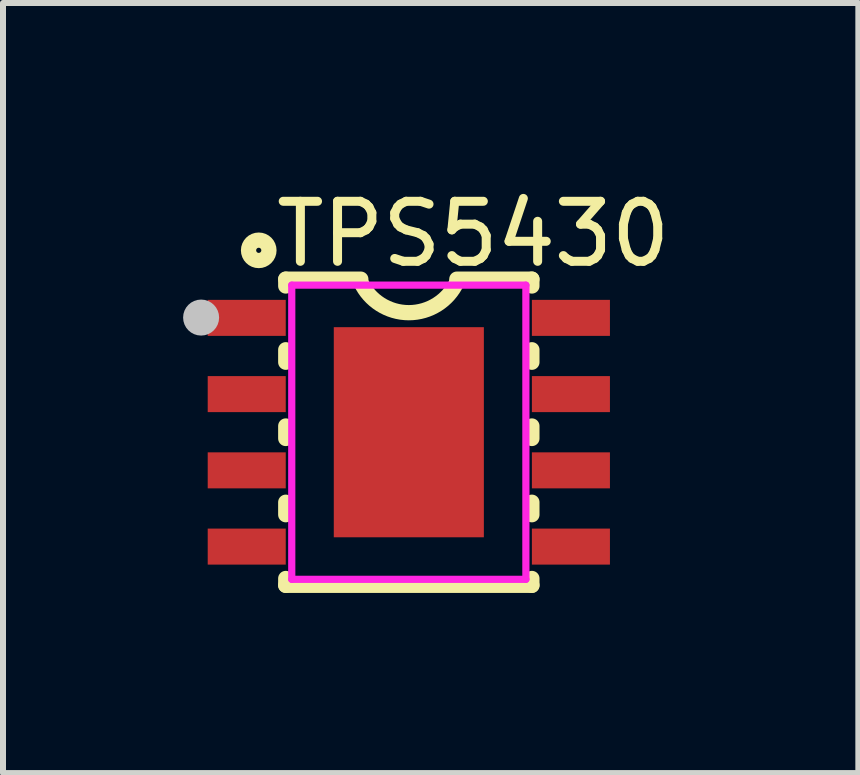
<source format=kicad_pcb>
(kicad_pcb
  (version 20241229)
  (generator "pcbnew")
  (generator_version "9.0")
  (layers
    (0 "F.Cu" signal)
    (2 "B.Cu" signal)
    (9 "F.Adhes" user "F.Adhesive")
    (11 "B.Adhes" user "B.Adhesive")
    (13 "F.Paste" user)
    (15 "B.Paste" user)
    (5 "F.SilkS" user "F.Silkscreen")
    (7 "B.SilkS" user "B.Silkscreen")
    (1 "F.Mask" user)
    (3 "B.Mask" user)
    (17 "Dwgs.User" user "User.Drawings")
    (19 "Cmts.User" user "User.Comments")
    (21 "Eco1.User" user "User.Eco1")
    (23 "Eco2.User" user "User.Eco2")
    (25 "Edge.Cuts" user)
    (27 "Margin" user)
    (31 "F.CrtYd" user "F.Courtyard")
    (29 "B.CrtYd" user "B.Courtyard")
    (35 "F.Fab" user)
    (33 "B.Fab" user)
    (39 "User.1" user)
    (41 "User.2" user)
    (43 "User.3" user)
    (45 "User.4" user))
  (footprint "TPS5430"
    (layer "F.Cu")
    (at 3.76 4.15)
    (property "Reference" "TPS5430" (at -2.286 -3.302 0) (layer "F.SilkS") (effects (font (size 1 1) (thickness 0.15)) (justify left)))
    (attr through_hole)
    (fp_line (start -2.05 -2.55) (end -2.05 -2.436) (stroke (width 0.254) (type solid)) (layer "F.SilkS"))
    (fp_line (start -2.05 -1.374) (end -2.05 -1.166) (stroke (width 0.254) (type solid)) (layer "F.SilkS"))
    (fp_line (start -2.05 -0.104) (end -2.05 0.104) (stroke (width 0.254) (type solid)) (layer "F.SilkS"))
    (fp_line (start -2.05 1.166) (end -2.05 1.374) (stroke (width 0.254) (type solid)) (layer "F.SilkS"))
    (fp_line (start -2.05 2.436) (end -2.05 2.55) (stroke (width 0.254) (type solid)) (layer "F.SilkS"))
    (fp_line (start -0.8 -2.55) (end -2.05 -2.55) (stroke (width 0.254) (type solid)) (layer "F.SilkS"))
    (fp_line (start 0.8 -2.55) (end 2.05 -2.55) (stroke (width 0.254) (type solid)) (layer "F.SilkS"))
    (fp_line (start 2.05 -2.55) (end 2.05 -2.436) (stroke (width 0.254) (type solid)) (layer "F.SilkS"))
    (fp_line (start 2.05 -1.374) (end 2.05 -1.166) (stroke (width 0.254) (type solid)) (layer "F.SilkS"))
    (fp_line (start 2.05 -0.104) (end 2.05 0.104) (stroke (width 0.254) (type solid)) (layer "F.SilkS"))
    (fp_line (start 2.05 1.166) (end 2.05 1.374) (stroke (width 0.254) (type solid)) (layer "F.SilkS"))
    (fp_line (start 2.05 2.436) (end 2.05 2.55) (stroke (width 0.254) (type solid)) (layer "F.SilkS"))
    (fp_line (start 2.05 2.55) (end -2.05 2.55) (stroke (width 0.254) (type solid)) (layer "F.SilkS"))
    (fp_arc (start 0.799815 -2.499607) (mid -0.000217 -1.991471) (end -0.8 -2.5) (stroke (width 0.254) (type solid)) (layer "F.SilkS"))
    (fp_circle (center -2.5 -3.03) (end -2.33 -3.03) (stroke (width 0.254) (type solid)) (fill no) (layer "F.SilkS"))
    (fp_circle (center -3.46 -1.91) (end -3.31 -1.91) (stroke (width 0.3) (type solid)) (fill no) (layer "Dwgs.User"))
    (fp_line (start -2.175 -2.115) (end -1.94 -2.115) (stroke (width 0.12) (type solid)) (layer "Eco2.User"))
    (fp_line (start -2.175 -1.695) (end -2.175 -2.115) (stroke (width 0.12) (type solid)) (layer "Eco2.User"))
    (fp_line (start -2.175 -0.845) (end -1.94 -0.845) (stroke (width 0.12) (type solid)) (layer "Eco2.User"))
    (fp_line (start -2.175 -0.425) (end -2.175 -0.845) (stroke (width 0.12) (type solid)) (layer "Eco2.User"))
    (fp_line (start -2.175 0.425) (end -1.94 0.425) (stroke (width 0.12) (type solid)) (layer "Eco2.User"))
    (fp_line (start -2.175 0.845) (end -2.175 0.425) (stroke (width 0.12) (type solid)) (layer "Eco2.User"))
    (fp_line (start -2.175 1.695) (end -1.94 1.695) (stroke (width 0.12) (type solid)) (layer "Eco2.User"))
    (fp_line (start -2.175 2.115) (end -2.175 1.695) (stroke (width 0.12) (type solid)) (layer "Eco2.User"))
    (fp_line (start -1.94 -2.115) (end -1.94 -1.695) (stroke (width 0.12) (type solid)) (layer "Eco2.User"))
    (fp_line (start -1.94 -1.695) (end -2.175 -1.695) (stroke (width 0.12) (type solid)) (layer "Eco2.User"))
    (fp_line (start -1.94 -0.845) (end -1.94 -0.425) (stroke (width 0.12) (type solid)) (layer "Eco2.User"))
    (fp_line (start -1.94 -0.425) (end -2.175 -0.425) (stroke (width 0.12) (type solid)) (layer "Eco2.User"))
    (fp_line (start -1.94 0.425) (end -1.94 0.845) (stroke (width 0.12) (type solid)) (layer "Eco2.User"))
    (fp_line (start -1.94 0.845) (end -2.175 0.845) (stroke (width 0.12) (type solid)) (layer "Eco2.User"))
    (fp_line (start -1.94 1.695) (end -1.94 2.115) (stroke (width 0.12) (type solid)) (layer "Eco2.User"))
    (fp_line (start -1.94 2.115) (end -2.175 2.115) (stroke (width 0.12) (type solid)) (layer "Eco2.User"))
    (fp_line (start 1.94 -2.115) (end 2.175 -2.115) (stroke (width 0.12) (type solid)) (layer "Eco2.User"))
    (fp_line (start 1.94 -1.695) (end 1.94 -2.115) (stroke (width 0.12) (type solid)) (layer "Eco2.User"))
    (fp_line (start 1.94 -0.845) (end 2.175 -0.845) (stroke (width 0.12) (type solid)) (layer "Eco2.User"))
    (fp_line (start 1.94 -0.425) (end 1.94 -0.845) (stroke (width 0.12) (type solid)) (layer "Eco2.User"))
    (fp_line (start 1.94 0.425) (end 2.175 0.425) (stroke (width 0.12) (type solid)) (layer "Eco2.User"))
    (fp_line (start 1.94 0.845) (end 1.94 0.425) (stroke (width 0.12) (type solid)) (layer "Eco2.User"))
    (fp_line (start 1.94 1.695) (end 2.175 1.695) (stroke (width 0.12) (type solid)) (layer "Eco2.User"))
    (fp_line (start 1.94 2.115) (end 1.94 1.695) (stroke (width 0.12) (type solid)) (layer "Eco2.User"))
    (fp_line (start 2.175 -2.115) (end 2.175 -1.695) (stroke (width 0.12) (type solid)) (layer "Eco2.User"))
    (fp_line (start 2.175 -1.695) (end 1.94 -1.695) (stroke (width 0.12) (type solid)) (layer "Eco2.User"))
    (fp_line (start 2.175 -0.845) (end 2.175 -0.425) (stroke (width 0.12) (type solid)) (layer "Eco2.User"))
    (fp_line (start 2.175 -0.425) (end 1.94 -0.425) (stroke (width 0.12) (type solid)) (layer "Eco2.User"))
    (fp_line (start 2.175 0.425) (end 2.175 0.845) (stroke (width 0.12) (type solid)) (layer "Eco2.User"))
    (fp_line (start 2.175 0.845) (end 1.94 0.845) (stroke (width 0.12) (type solid)) (layer "Eco2.User"))
    (fp_line (start 2.175 1.695) (end 2.175 2.115) (stroke (width 0.12) (type solid)) (layer "Eco2.User"))
    (fp_line (start 2.175 2.115) (end 1.94 2.115) (stroke (width 0.12) (type solid)) (layer "Eco2.User"))
    (fp_circle (center -3 -2.45) (end -2.97 -2.45) (stroke (width 0.06) (type solid)) (fill no) (layer "Eco2.User"))
    (fp_poly (pts (xy -3 -2.115) (xy -2.165 -2.115) (xy -2.165 -1.695) (xy -3 -1.695)) (stroke (width 0.12) (type solid)) (fill no) (layer "Eco2.User"))
    (fp_poly (pts (xy -3 -0.845) (xy -2.165 -0.845) (xy -2.165 -0.425) (xy -3 -0.425)) (stroke (width 0.12) (type solid)) (fill no) (layer "Eco2.User"))
    (fp_poly (pts (xy -3 0.425) (xy -2.165 0.425) (xy -2.165 0.845) (xy -3 0.845)) (stroke (width 0.12) (type solid)) (fill no) (layer "Eco2.User"))
    (fp_poly (pts (xy -3 1.695) (xy -2.165 1.695) (xy -2.165 2.115) (xy -3 2.115)) (stroke (width 0.12) (type solid)) (fill no) (layer "Eco2.User"))
    (fp_poly (pts (xy -1.206 1.65) (xy -1.206 -1.65) (xy 1.207 -1.65) (xy 1.207 1.65)) (stroke (width 0.12) (type solid)) (fill no) (layer "Eco2.User"))
    (fp_poly (pts (xy 2.165 -2.115) (xy 3 -2.115) (xy 3 -1.695) (xy 2.165 -1.695)) (stroke (width 0.12) (type solid)) (fill no) (layer "Eco2.User"))
    (fp_poly (pts (xy 2.165 -0.845) (xy 3 -0.845) (xy 3 -0.425) (xy 2.165 -0.425)) (stroke (width 0.12) (type solid)) (fill no) (layer "Eco2.User"))
    (fp_poly (pts (xy 2.165 0.425) (xy 3 0.425) (xy 3 0.845) (xy 2.165 0.845)) (stroke (width 0.12) (type solid)) (fill no) (layer "Eco2.User"))
    (fp_poly (pts (xy 2.165 1.695) (xy 3 1.695) (xy 3 2.115) (xy 2.165 2.115)) (stroke (width 0.12) (type solid)) (fill no) (layer "Eco2.User"))
    (fp_line (start -1.95 -2.45) (end 1.95 -2.45) (stroke (width 0.12) (type solid)) (layer "F.CrtYd"))
    (fp_line (start -1.95 2.45) (end -1.95 -2.45) (stroke (width 0.12) (type solid)) (layer "F.CrtYd"))
    (fp_line (start 1.95 -2.45) (end 1.95 2.45) (stroke (width 0.12) (type solid)) (layer "F.CrtYd"))
    (fp_line (start 1.95 2.45) (end -1.95 2.45) (stroke (width 0.12) (type solid)) (layer "F.CrtYd"))
    (pad "1" smd rect (at -2.7 -1.905) (size 1.3 0.6) (layers "F.Cu" "F.Mask" "F.Paste"))
    (pad "2" smd rect (at -2.7 -0.635) (size 1.3 0.6) (layers "F.Cu" "F.Mask" "F.Paste"))
    (pad "3" smd rect (at -2.7 0.635) (size 1.3 0.6) (layers "F.Cu" "F.Mask" "F.Paste"))
    (pad "4" smd rect (at -2.7 1.905) (size 1.3 0.6) (layers "F.Cu" "F.Mask" "F.Paste"))
    (pad "5" smd rect (at 2.7 1.905) (size 1.3 0.6) (layers "F.Cu" "F.Mask" "F.Paste"))
    (pad "6" smd rect (at 2.7 0.635) (size 1.3 0.6) (layers "F.Cu" "F.Mask" "F.Paste"))
    (pad "7" smd rect (at 2.7 -0.635) (size 1.3 0.6) (layers "F.Cu" "F.Mask" "F.Paste"))
    (pad "8" smd rect (at 2.7 -1.905) (size 1.3 0.6) (layers "F.Cu" "F.Mask" "F.Paste"))
    (pad "9" smd rect (at 0 0) (size 2.5 3.5) (layers "F.Cu" "F.Mask" "F.Paste")))
  (gr_rect
    (start -3 -3)
    (end 11.248 9.827)
    (stroke (width 0.1) (type default))
    (fill no)
    (layer "Edge.Cuts")))
</source>
